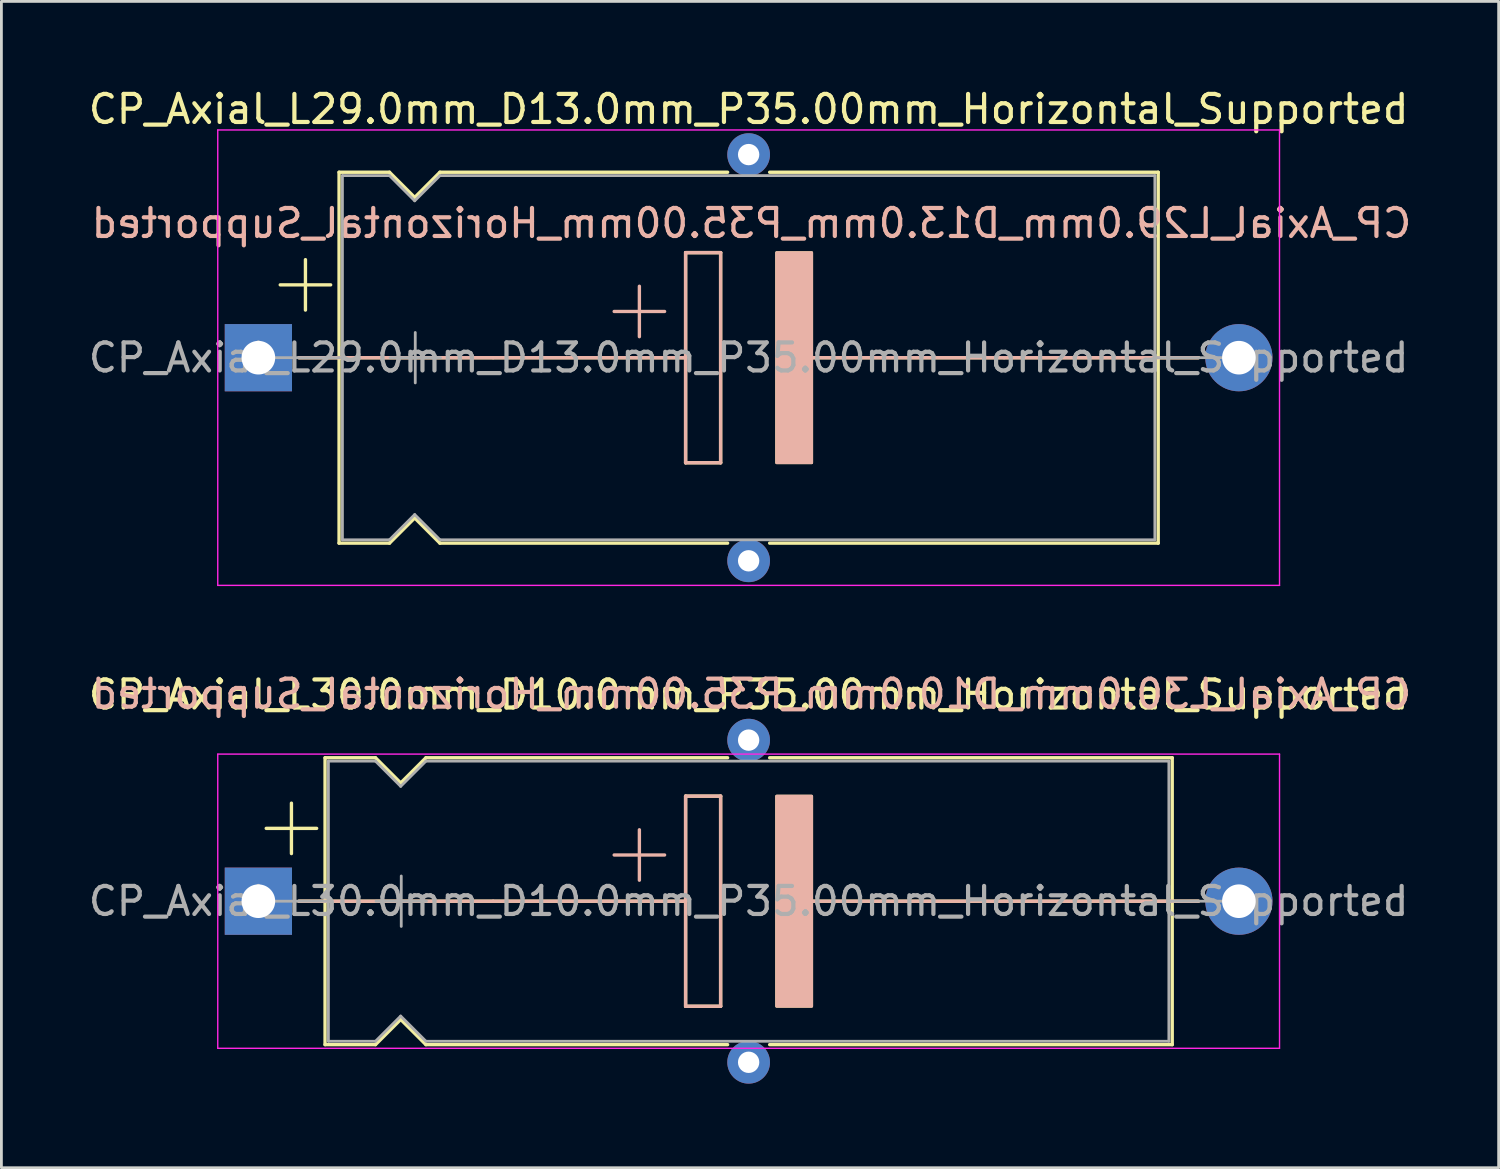
<source format=kicad_pcb>
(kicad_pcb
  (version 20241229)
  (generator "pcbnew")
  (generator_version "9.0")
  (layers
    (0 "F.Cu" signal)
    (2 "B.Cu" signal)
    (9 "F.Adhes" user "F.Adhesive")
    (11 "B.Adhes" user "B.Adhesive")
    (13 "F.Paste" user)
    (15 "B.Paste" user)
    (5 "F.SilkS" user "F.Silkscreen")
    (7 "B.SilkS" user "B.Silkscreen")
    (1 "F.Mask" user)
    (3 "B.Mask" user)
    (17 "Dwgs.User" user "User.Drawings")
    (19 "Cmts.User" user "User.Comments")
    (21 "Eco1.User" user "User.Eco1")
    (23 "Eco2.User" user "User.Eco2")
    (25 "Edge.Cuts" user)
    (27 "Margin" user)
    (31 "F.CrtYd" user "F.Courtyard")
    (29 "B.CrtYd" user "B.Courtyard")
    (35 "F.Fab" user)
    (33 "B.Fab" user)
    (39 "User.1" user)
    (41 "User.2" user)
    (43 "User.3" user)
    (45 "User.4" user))
  (footprint "CP_Axial_L29.0mm_D13.0mm_P35.00mm_Horizontal_Supported"
    (layer "F.Cu")
    (at 6.173 9.718)
    (property "Reference" "CP_Axial_L29.0mm_D13.0mm_P35.00mm_Horizontal_Supported" (at 17.5 -8.87 0) (layer "F.SilkS") (effects (font (size 1 1) (thickness 0.15))))
    (fp_line (start 0.78 -2.6) (end 2.58 -2.6) (stroke (width 0.12) (type solid)) (layer "F.SilkS"))
    (fp_line (start 1.44 0) (end 2.88 0) (stroke (width 0.12) (type solid)) (layer "F.SilkS"))
    (fp_line (start 1.68 -3.5) (end 1.68 -1.7) (stroke (width 0.12) (type solid)) (layer "F.SilkS"))
    (fp_line (start 2.88 -6.62) (end 2.88 6.62) (stroke (width 0.12) (type solid)) (layer "F.SilkS"))
    (fp_line (start 2.88 -6.62) (end 4.68 -6.62) (stroke (width 0.12) (type solid)) (layer "F.SilkS"))
    (fp_line (start 2.88 0) (end 15.25 0) (stroke (width 0.12) (type solid)) (layer "F.SilkS"))
    (fp_line (start 2.88 6.62) (end 4.68 6.62) (stroke (width 0.12) (type solid)) (layer "F.SilkS"))
    (fp_line (start 4.68 -6.62) (end 5.58 -5.72) (stroke (width 0.12) (type solid)) (layer "F.SilkS"))
    (fp_line (start 4.68 6.62) (end 5.58 5.72) (stroke (width 0.12) (type solid)) (layer "F.SilkS"))
    (fp_line (start 5.58 -5.72) (end 6.48 -6.62) (stroke (width 0.12) (type solid)) (layer "F.SilkS"))
    (fp_line (start 5.58 5.72) (end 6.48 6.62) (stroke (width 0.12) (type solid)) (layer "F.SilkS"))
    (fp_line (start 6.48 -6.62) (end 16.75 -6.62) (stroke (width 0.12) (type solid)) (layer "F.SilkS"))
    (fp_line (start 6.48 6.62) (end 16.75 6.62) (stroke (width 0.12) (type solid)) (layer "F.SilkS"))
    (fp_line (start 15.25 -3.75) (end 16.5 -3.75) (stroke (width 0.12) (type solid)) (layer "F.SilkS"))
    (fp_line (start 15.25 0) (end 15.25 -3.75) (stroke (width 0.12) (type solid)) (layer "F.SilkS"))
    (fp_line (start 15.25 3.75) (end 15.25 0) (stroke (width 0.12) (type solid)) (layer "F.SilkS"))
    (fp_line (start 16.5 -3.75) (end 16.5 3.75) (stroke (width 0.12) (type solid)) (layer "F.SilkS"))
    (fp_line (start 16.5 3.75) (end 15.25 3.75) (stroke (width 0.12) (type solid)) (layer "F.SilkS"))
    (fp_line (start 18.25 -6.62) (end 32.12 -6.62) (stroke (width 0.12) (type solid)) (layer "F.SilkS"))
    (fp_line (start 18.25 6.62) (end 32.12 6.62) (stroke (width 0.12) (type solid)) (layer "F.SilkS"))
    (fp_line (start 19.75 0) (end 32.12 0) (stroke (width 0.12) (type solid)) (layer "F.SilkS"))
    (fp_line (start 32.12 -6.62) (end 32.12 6.62) (stroke (width 0.12) (type solid)) (layer "F.SilkS"))
    (fp_line (start 33.56 0) (end 32.12 0) (stroke (width 0.12) (type solid)) (layer "F.SilkS"))
    (fp_poly (pts (xy 19.75 3.75) (xy 18.5 3.75) (xy 18.5 -3.75) (xy 19.75 -3.75)) (stroke (width 0.1) (type solid)) (fill yes) (layer "F.SilkS"))
    (fp_line (start 1.45 0) (end 8.38 0) (stroke (width 0.12) (type solid)) (layer "B.SilkS"))
    (fp_line (start 8.38 0) (end 15.25 0) (stroke (width 0.12) (type solid)) (layer "B.SilkS"))
    (fp_line (start 13.6 -2.55) (end 13.6 -0.75) (stroke (width 0.12) (type solid)) (layer "B.SilkS"))
    (fp_line (start 14.5 -1.65) (end 12.7 -1.65) (stroke (width 0.12) (type solid)) (layer "B.SilkS"))
    (fp_line (start 15.25 -3.75) (end 16.5 -3.75) (stroke (width 0.12) (type solid)) (layer "B.SilkS"))
    (fp_line (start 15.25 0) (end 15.25 -3.75) (stroke (width 0.12) (type solid)) (layer "B.SilkS"))
    (fp_line (start 15.25 3.75) (end 15.25 0) (stroke (width 0.12) (type solid)) (layer "B.SilkS"))
    (fp_line (start 16.5 -3.75) (end 16.5 3.75) (stroke (width 0.12) (type solid)) (layer "B.SilkS"))
    (fp_line (start 16.5 3.75) (end 15.25 3.75) (stroke (width 0.12) (type solid)) (layer "B.SilkS"))
    (fp_line (start 19.75 0) (end 26.62 0) (stroke (width 0.12) (type solid)) (layer "B.SilkS"))
    (fp_line (start 33.55 0) (end 26.62 0) (stroke (width 0.12) (type solid)) (layer "B.SilkS"))
    (fp_poly (pts (xy 19.75 3.75) (xy 18.5 3.75) (xy 18.5 -3.75) (xy 19.75 -3.75)) (stroke (width 0.1) (type solid)) (fill yes) (layer "B.SilkS"))
    (fp_line (start -1.45 -8.128) (end -1.45 8.128) (stroke (width 0.05) (type solid)) (layer "F.CrtYd"))
    (fp_line (start -1.45 8.128) (end 36.45 8.128) (stroke (width 0.05) (type solid)) (layer "F.CrtYd"))
    (fp_line (start 36.45 -8.128) (end -1.45 -8.128) (stroke (width 0.05) (type solid)) (layer "F.CrtYd"))
    (fp_line (start 36.45 8.128) (end 36.449 -8.128) (stroke (width 0.05) (type solid)) (layer "F.CrtYd"))
    (fp_line (start 0 0) (end 3 0) (stroke (width 0.1) (type solid)) (layer "F.Fab"))
    (fp_line (start 3 -6.5) (end 3 6.5) (stroke (width 0.1) (type solid)) (layer "F.Fab"))
    (fp_line (start 3 -6.5) (end 4.68 -6.5) (stroke (width 0.1) (type solid)) (layer "F.Fab"))
    (fp_line (start 3 6.5) (end 4.68 6.5) (stroke (width 0.1) (type solid)) (layer "F.Fab"))
    (fp_line (start 4.68 -6.5) (end 5.58 -5.6) (stroke (width 0.1) (type solid)) (layer "F.Fab"))
    (fp_line (start 4.68 6.5) (end 5.58 5.6) (stroke (width 0.1) (type solid)) (layer "F.Fab"))
    (fp_line (start 4.7 0) (end 6.5 0) (stroke (width 0.1) (type solid)) (layer "F.Fab"))
    (fp_line (start 5.58 -5.6) (end 6.48 -6.5) (stroke (width 0.1) (type solid)) (layer "F.Fab"))
    (fp_line (start 5.58 5.6) (end 6.48 6.5) (stroke (width 0.1) (type solid)) (layer "F.Fab"))
    (fp_line (start 5.6 -0.9) (end 5.6 0.9) (stroke (width 0.1) (type solid)) (layer "F.Fab"))
    (fp_line (start 6.48 -6.5) (end 32 -6.5) (stroke (width 0.1) (type solid)) (layer "F.Fab"))
    (fp_line (start 6.48 6.5) (end 32 6.5) (stroke (width 0.1) (type solid)) (layer "F.Fab"))
    (fp_line (start 32 -6.5) (end 32 6.5) (stroke (width 0.1) (type solid)) (layer "F.Fab"))
    (fp_line (start 35 0) (end 32 0) (stroke (width 0.1) (type solid)) (layer "F.Fab"))
    (fp_text user "${REFERENCE}" (at 17.6 -4.8 0) (layer "B.SilkS") (effects (font (size 1 1) (thickness 0.15)) (justify mirror)))
    (fp_text user "${REFERENCE}" (at 17.5 0 0) (layer "F.Fab") (effects (font (size 1 1) (thickness 0.15))))
    (pad "" thru_hole circle (at 17.5 -7.25) (size 1.524 1.524) (drill 0.762) (layers "*.Cu" "*.Mask"))
    (pad "" thru_hole circle (at 17.5 7.25) (size 1.524 1.524) (drill 0.762) (layers "*.Cu" "*.Mask"))
    (pad "1" thru_hole rect (at 0 0) (size 2.4 2.4) (drill 1.2) (layers "*.Cu" "*.Mask"))
    (pad "2" thru_hole oval (at 35 0) (size 2.4 2.4) (drill 1.2) (layers "*.Cu" "*.Mask")))
  (footprint "CP_Axial_L30.0mm_D10.0mm_P35.00mm_Horizontal_Supported"
    (layer "F.Cu")
    (at 6.173 29.119)
    (property "Reference" "CP_Axial_L30.0mm_D10.0mm_P35.00mm_Horizontal_Supported" (at 17.5 -7.37 0) (layer "F.SilkS") (effects (font (size 1 1) (thickness 0.15))))
    (fp_line (start 0.28 -2.6) (end 2.08 -2.6) (stroke (width 0.12) (type solid)) (layer "F.SilkS"))
    (fp_line (start 1.18 -3.5) (end 1.18 -1.7) (stroke (width 0.12) (type solid)) (layer "F.SilkS"))
    (fp_line (start 1.44 0) (end 2.38 0) (stroke (width 0.12) (type solid)) (layer "F.SilkS"))
    (fp_line (start 2.38 -5.12) (end 2.38 5.12) (stroke (width 0.12) (type solid)) (layer "F.SilkS"))
    (fp_line (start 2.38 -5.12) (end 4.18 -5.12) (stroke (width 0.12) (type solid)) (layer "F.SilkS"))
    (fp_line (start 2.38 0) (end 15.25 0) (stroke (width 0.12) (type solid)) (layer "F.SilkS"))
    (fp_line (start 2.38 5.12) (end 4.18 5.12) (stroke (width 0.12) (type solid)) (layer "F.SilkS"))
    (fp_line (start 4.18 -5.12) (end 5.08 -4.22) (stroke (width 0.12) (type solid)) (layer "F.SilkS"))
    (fp_line (start 4.18 5.12) (end 5.08 4.22) (stroke (width 0.12) (type solid)) (layer "F.SilkS"))
    (fp_line (start 5.08 -4.22) (end 5.98 -5.12) (stroke (width 0.12) (type solid)) (layer "F.SilkS"))
    (fp_line (start 5.08 4.22) (end 5.98 5.12) (stroke (width 0.12) (type solid)) (layer "F.SilkS"))
    (fp_line (start 5.98 -5.12) (end 16.75 -5.12) (stroke (width 0.12) (type solid)) (layer "F.SilkS"))
    (fp_line (start 5.98 5.12) (end 16.75 5.12) (stroke (width 0.12) (type solid)) (layer "F.SilkS"))
    (fp_line (start 15.25 -3.75) (end 16.5 -3.75) (stroke (width 0.12) (type solid)) (layer "F.SilkS"))
    (fp_line (start 15.25 0) (end 15.25 -3.75) (stroke (width 0.12) (type solid)) (layer "F.SilkS"))
    (fp_line (start 15.25 3.75) (end 15.25 0) (stroke (width 0.12) (type solid)) (layer "F.SilkS"))
    (fp_line (start 16.5 -3.75) (end 16.5 3.75) (stroke (width 0.12) (type solid)) (layer "F.SilkS"))
    (fp_line (start 16.5 3.75) (end 15.25 3.75) (stroke (width 0.12) (type solid)) (layer "F.SilkS"))
    (fp_line (start 18.25 -5.12) (end 32.62 -5.12) (stroke (width 0.12) (type solid)) (layer "F.SilkS"))
    (fp_line (start 18.25 5.12) (end 32.62 5.12) (stroke (width 0.12) (type solid)) (layer "F.SilkS"))
    (fp_line (start 19.75 0) (end 32.62 0) (stroke (width 0.12) (type solid)) (layer "F.SilkS"))
    (fp_line (start 32.62 -5.12) (end 32.62 5.12) (stroke (width 0.12) (type solid)) (layer "F.SilkS"))
    (fp_line (start 33.56 0) (end 32.62 0) (stroke (width 0.12) (type solid)) (layer "F.SilkS"))
    (fp_poly (pts (xy 19.75 3.75) (xy 18.5 3.75) (xy 18.5 -3.75) (xy 19.75 -3.75)) (stroke (width 0.1) (type solid)) (fill yes) (layer "F.SilkS"))
    (fp_line (start 1.45 0) (end 8.38 0) (stroke (width 0.12) (type solid)) (layer "B.SilkS"))
    (fp_line (start 8.38 0) (end 15.25 0) (stroke (width 0.12) (type solid)) (layer "B.SilkS"))
    (fp_line (start 13.6 -2.55) (end 13.6 -0.75) (stroke (width 0.12) (type solid)) (layer "B.SilkS"))
    (fp_line (start 14.5 -1.65) (end 12.7 -1.65) (stroke (width 0.12) (type solid)) (layer "B.SilkS"))
    (fp_line (start 15.25 -3.75) (end 16.5 -3.75) (stroke (width 0.12) (type solid)) (layer "B.SilkS"))
    (fp_line (start 15.25 0) (end 15.25 -3.75) (stroke (width 0.12) (type solid)) (layer "B.SilkS"))
    (fp_line (start 15.25 3.75) (end 15.25 0) (stroke (width 0.12) (type solid)) (layer "B.SilkS"))
    (fp_line (start 16.5 -3.75) (end 16.5 3.75) (stroke (width 0.12) (type solid)) (layer "B.SilkS"))
    (fp_line (start 16.5 3.75) (end 15.25 3.75) (stroke (width 0.12) (type solid)) (layer "B.SilkS"))
    (fp_line (start 19.75 0) (end 26.62 0) (stroke (width 0.12) (type solid)) (layer "B.SilkS"))
    (fp_line (start 33.55 0) (end 26.62 0) (stroke (width 0.12) (type solid)) (layer "B.SilkS"))
    (fp_poly (pts (xy 19.75 3.75) (xy 18.5 3.75) (xy 18.5 -3.75) (xy 19.75 -3.75)) (stroke (width 0.1) (type solid)) (fill yes) (layer "B.SilkS"))
    (fp_line (start -1.45 -5.25) (end -1.45 5.25) (stroke (width 0.05) (type solid)) (layer "F.CrtYd"))
    (fp_line (start -1.45 5.25) (end 36.45 5.25) (stroke (width 0.05) (type solid)) (layer "F.CrtYd"))
    (fp_line (start 36.45 -5.25) (end -1.45 -5.25) (stroke (width 0.05) (type solid)) (layer "F.CrtYd"))
    (fp_line (start 36.45 5.25) (end 36.45 -5.25) (stroke (width 0.05) (type solid)) (layer "F.CrtYd"))
    (fp_line (start 0 0) (end 2.5 0) (stroke (width 0.1) (type solid)) (layer "F.Fab"))
    (fp_line (start 2.5 -5) (end 2.5 5) (stroke (width 0.1) (type solid)) (layer "F.Fab"))
    (fp_line (start 2.5 -5) (end 4.18 -5) (stroke (width 0.1) (type solid)) (layer "F.Fab"))
    (fp_line (start 2.5 5) (end 4.18 5) (stroke (width 0.1) (type solid)) (layer "F.Fab"))
    (fp_line (start 4.18 -5) (end 5.08 -4.1) (stroke (width 0.1) (type solid)) (layer "F.Fab"))
    (fp_line (start 4.18 5) (end 5.08 4.1) (stroke (width 0.1) (type solid)) (layer "F.Fab"))
    (fp_line (start 4.2 0) (end 6 0) (stroke (width 0.1) (type solid)) (layer "F.Fab"))
    (fp_line (start 5.08 -4.1) (end 5.98 -5) (stroke (width 0.1) (type solid)) (layer "F.Fab"))
    (fp_line (start 5.08 4.1) (end 5.98 5) (stroke (width 0.1) (type solid)) (layer "F.Fab"))
    (fp_line (start 5.1 -0.9) (end 5.1 0.9) (stroke (width 0.1) (type solid)) (layer "F.Fab"))
    (fp_line (start 5.98 -5) (end 32.5 -5) (stroke (width 0.1) (type solid)) (layer "F.Fab"))
    (fp_line (start 5.98 5) (end 32.5 5) (stroke (width 0.1) (type solid)) (layer "F.Fab"))
    (fp_line (start 32.5 -5) (end 32.5 5) (stroke (width 0.1) (type solid)) (layer "F.Fab"))
    (fp_line (start 35 0) (end 32.5 0) (stroke (width 0.1) (type solid)) (layer "F.Fab"))
    (fp_text user "${REFERENCE}" (at 17.6 -7.4 0) (layer "B.SilkS") (effects (font (size 1 1) (thickness 0.15)) (justify mirror)))
    (fp_text user "${REFERENCE}" (at 17.5 0 0) (layer "F.Fab") (effects (font (size 1 1) (thickness 0.15))))
    (pad "" thru_hole circle (at 17.5 -5.75) (size 1.524 1.524) (drill 0.762) (layers "*.Cu" "*.Mask"))
    (pad "" thru_hole circle (at 17.5 5.75) (size 1.524 1.524) (drill 0.762) (layers "*.Cu" "*.Mask"))
    (pad "1" thru_hole rect (at 0 0) (size 2.4 2.4) (drill 1.2) (layers "*.Cu" "*.Mask"))
    (pad "2" thru_hole oval (at 35 0) (size 2.4 2.4) (drill 1.2) (layers "*.Cu" "*.Mask")))
  (gr_rect
    (start -3 -3)
    (end 50.445 38.632)
    (stroke (width 0.1) (type default))
    (fill no)
    (layer "Edge.Cuts")))
</source>
